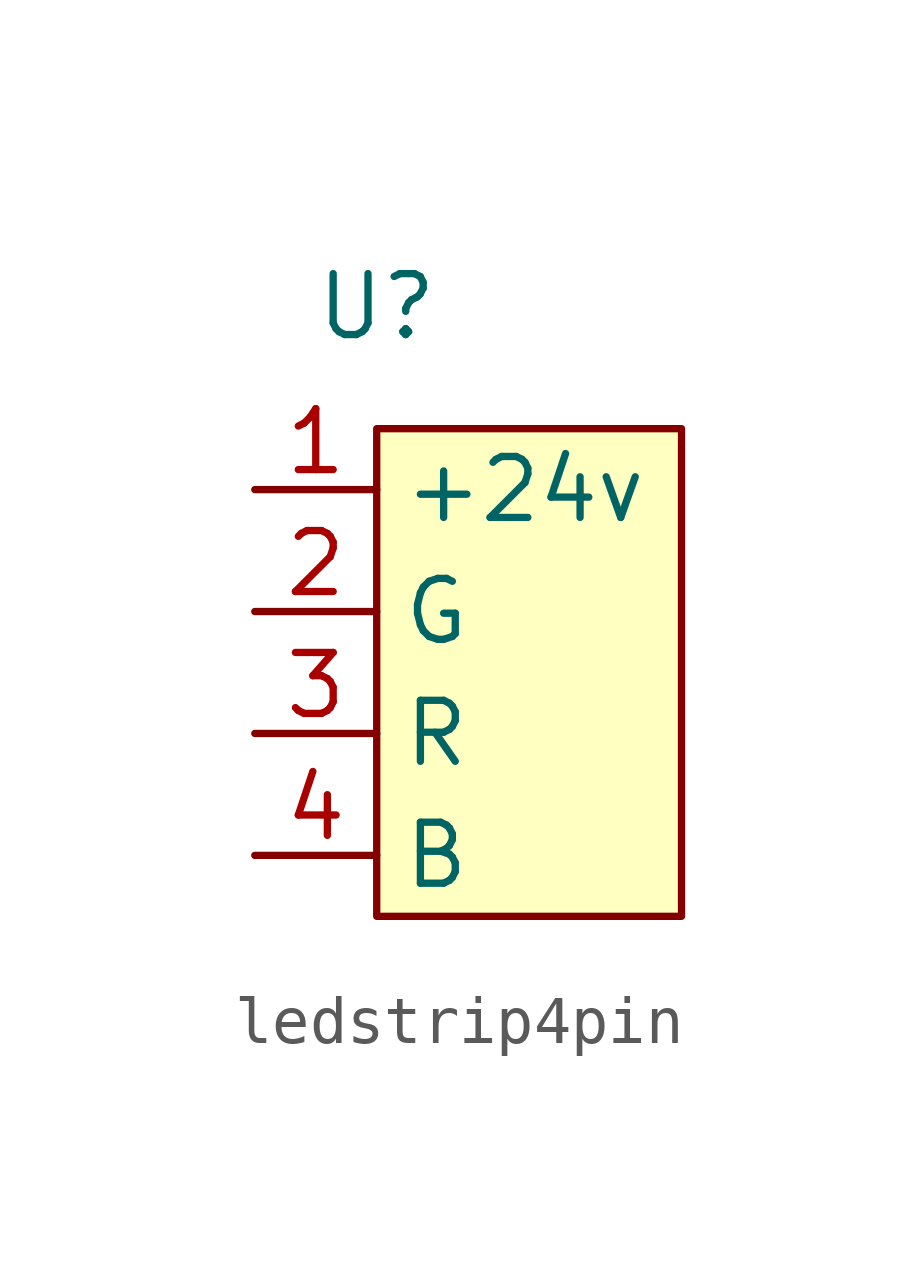
<source format=kicad_sym>
(kicad_symbol_lib
  (version 20231120)
  (generator "kicad_symbol_editor")
  (generator_version "8.0")
  (symbol "ledstrip4pin"
    (property "Reference" "U"
      (at 0 0 0)
      (effects (font (size 1.27 1.27))))
    (property "Value" ""
      (at 0 0 0)
      (effects (font (size 1.27 1.27))))
    (symbol "ledstrip4pin_1_1"
      (rectangle (start 0 -2.54) (end 6.35 -12.7) (stroke (width 0) (type default)) (fill (type background)))
      (pin power_in line (at -2.54 -3.81 0) (length 2.54) (name "+24v" (effects (font (size 1.27 1.27)))) (number "1" (effects (font (size 1.27 1.27)))))
      (pin input line (at -2.54 -6.35 0) (length 2.54) (name "G" (effects (font (size 1.27 1.27)))) (number "2" (effects (font (size 1.27 1.27)))))
      (pin input line (at -2.54 -8.89 0) (length 2.54) (name "R" (effects (font (size 1.27 1.27)))) (number "3" (effects (font (size 1.27 1.27)))))
      (pin input line (at -2.54 -11.43 0) (length 2.54) (name "B" (effects (font (size 1.27 1.27)))) (number "4" (effects (font (size 1.27 1.27))))))))
</source>
